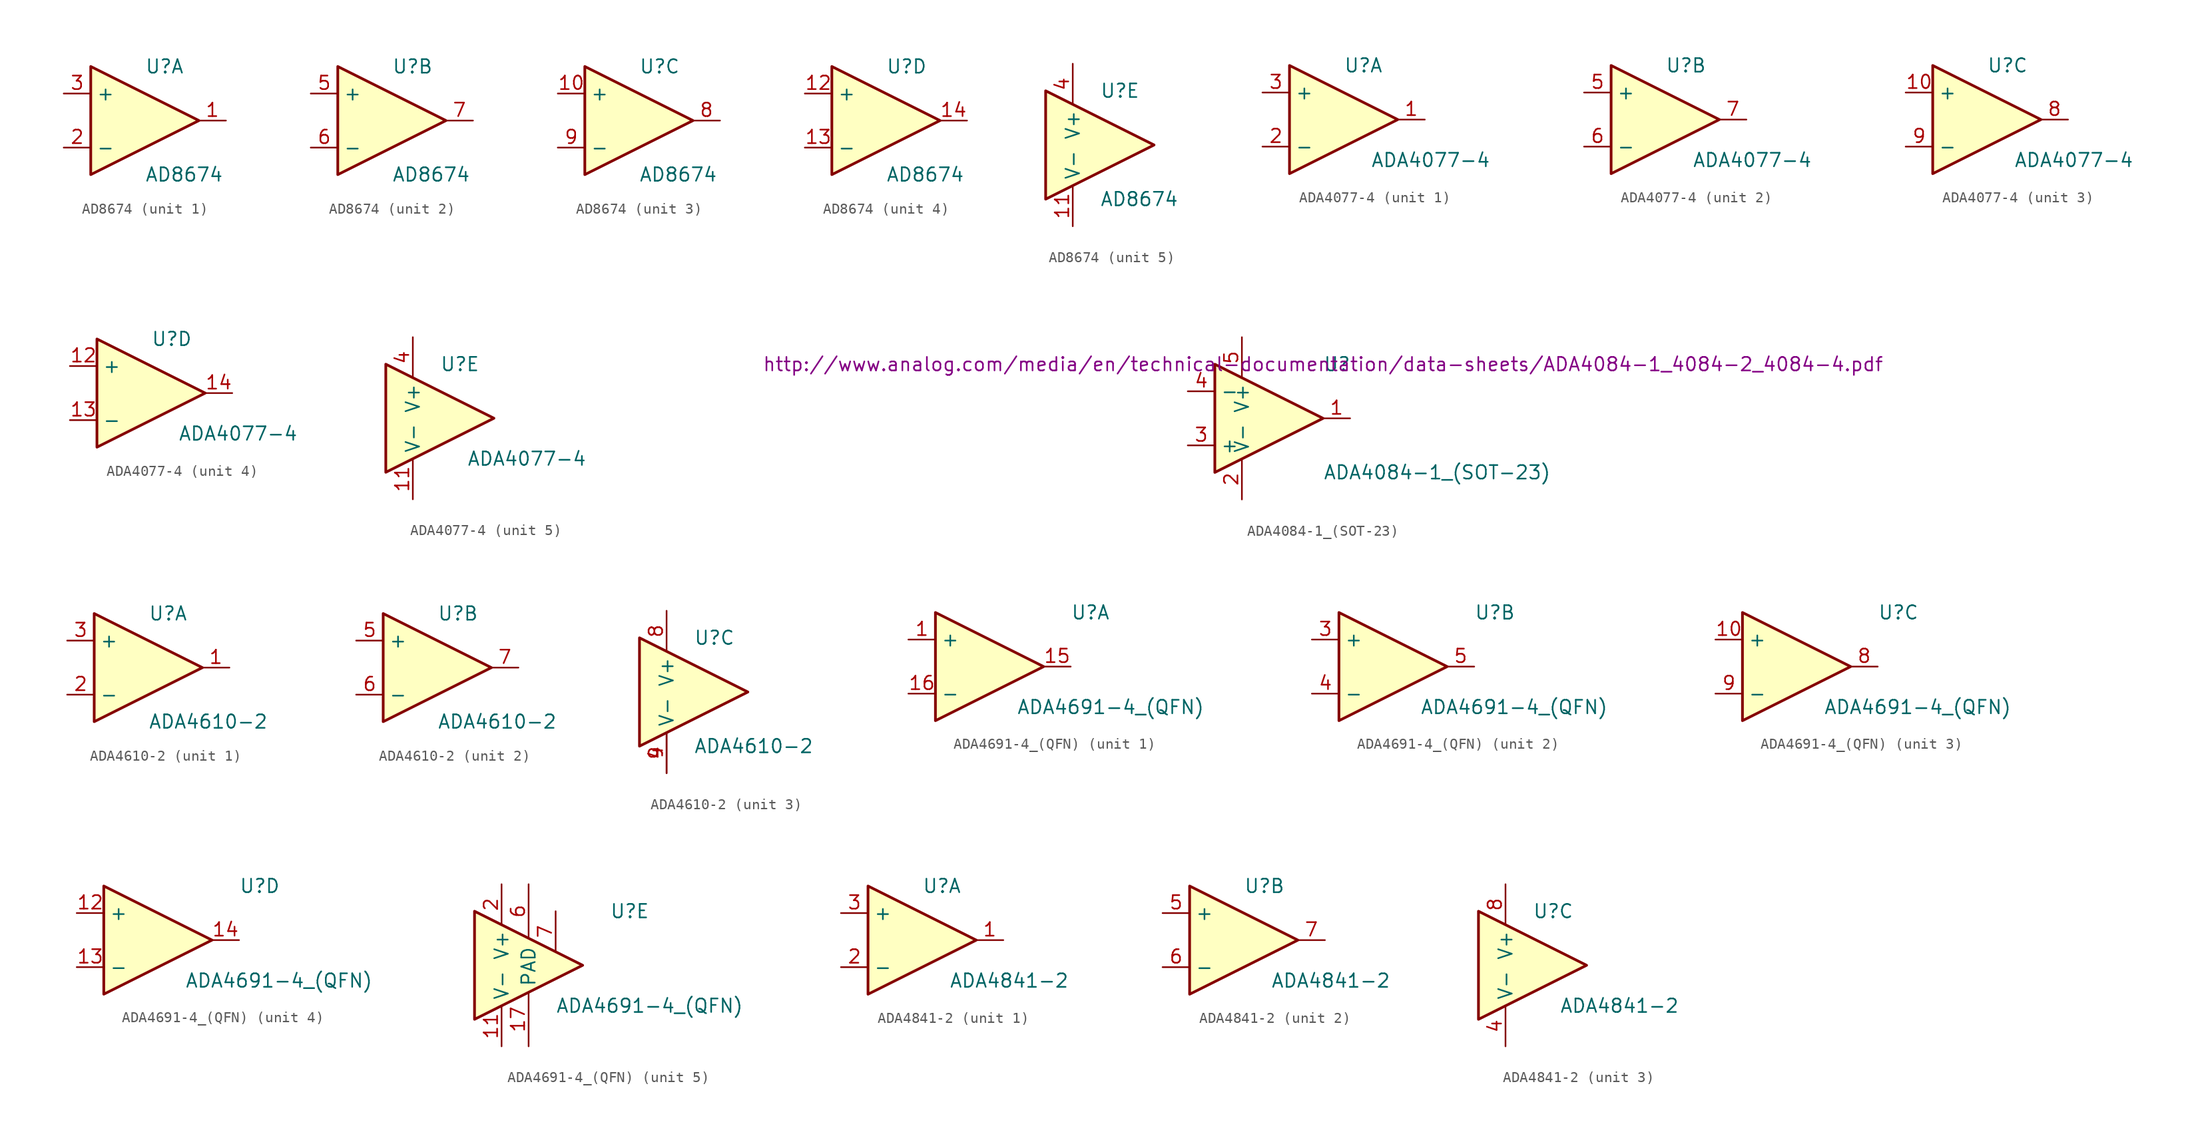
<source format=kicad_sym>
(kicad_symbol_lib
  (version 20231120)
  (generator "kicad_symbol_editor")
  (generator_version "8.0")
  (symbol "AD8674"
    (property "Reference" "U"
      (at 0 5.08 0)
      (effects (font (size 1.27 1.27)) (justify left)))
    (property "Value" "AD8674"
      (at 0 -5.08 0)
      (effects (font (size 1.27 1.27)) (justify left)))
    (property "Footprint" ""
      (at -2.54 2.54 0)
      (effects (font (size 1.27 1.27))))
    (property "Datasheet" ""
      (at 0 5.08 0)
      (effects (font (size 1.27 1.27))))
    (property "ki_locked" ""
      (at 0 0 0)
      (effects (font (size 1.27 1.27))))
    (symbol "AD8674_0_1"
      (polyline (pts (xy -5.08 5.08) (xy 5.08 0) (xy -5.08 -5.08) (xy -5.08 5.08)) (stroke (width 0.254) (type solid)) (fill (type background))))
    (symbol "AD8674_1_1"
      (pin output line (at 7.62 0 180) (length 2.54) (name "~" (effects (font (size 1.27 1.27)))) (number "1" (effects (font (size 1.27 1.27)))))
      (pin input line (at -7.62 -2.54 0) (length 2.54) (name "-" (effects (font (size 1.27 1.27)))) (number "2" (effects (font (size 1.27 1.27)))))
      (pin input line (at -7.62 2.54 0) (length 2.54) (name "+" (effects (font (size 1.27 1.27)))) (number "3" (effects (font (size 1.27 1.27))))))
    (symbol "AD8674_2_1"
      (pin input line (at -7.62 2.54 0) (length 2.54) (name "+" (effects (font (size 1.27 1.27)))) (number "5" (effects (font (size 1.27 1.27)))))
      (pin input line (at -7.62 -2.54 0) (length 2.54) (name "-" (effects (font (size 1.27 1.27)))) (number "6" (effects (font (size 1.27 1.27)))))
      (pin output line (at 7.62 0 180) (length 2.54) (name "~" (effects (font (size 1.27 1.27)))) (number "7" (effects (font (size 1.27 1.27))))))
    (symbol "AD8674_3_1"
      (pin input line (at -7.62 2.54 0) (length 2.54) (name "+" (effects (font (size 1.27 1.27)))) (number "10" (effects (font (size 1.27 1.27)))))
      (pin output line (at 7.62 0 180) (length 2.54) (name "~" (effects (font (size 1.27 1.27)))) (number "8" (effects (font (size 1.27 1.27)))))
      (pin input line (at -7.62 -2.54 0) (length 2.54) (name "-" (effects (font (size 1.27 1.27)))) (number "9" (effects (font (size 1.27 1.27))))))
    (symbol "AD8674_4_1"
      (pin input line (at -7.62 2.54 0) (length 2.54) (name "+" (effects (font (size 1.27 1.27)))) (number "12" (effects (font (size 1.27 1.27)))))
      (pin input line (at -7.62 -2.54 0) (length 2.54) (name "-" (effects (font (size 1.27 1.27)))) (number "13" (effects (font (size 1.27 1.27)))))
      (pin output line (at 7.62 0 180) (length 2.54) (name "~" (effects (font (size 1.27 1.27)))) (number "14" (effects (font (size 1.27 1.27))))))
    (symbol "AD8674_5_1"
      (pin power_in line (at -2.54 -7.62 90) (length 3.81) (name "V-" (effects (font (size 1.27 1.27)))) (number "11" (effects (font (size 1.27 1.27)))))
      (pin power_in line (at -2.54 7.62 270) (length 3.81) (name "V+" (effects (font (size 1.27 1.27)))) (number "4" (effects (font (size 1.27 1.27)))))))
  (symbol "ADA4077-4"
    (property "Reference" "U"
      (at 0 5.08 0)
      (effects (font (size 1.27 1.27)) (justify left)))
    (property "Value" "ADA4077-4"
      (at 2.54 -3.81 0)
      (effects (font (size 1.27 1.27)) (justify left)))
    (property "Footprint" ""
      (at 0 0 0)
      (effects (font (size 1.27 1.27))))
    (property "Datasheet" ""
      (at 0 0 0)
      (effects (font (size 1.27 1.27))))
    (symbol "ADA4077-4_0_1"
      (polyline (pts (xy -5.08 5.08) (xy 5.08 0) (xy -5.08 -5.08) (xy -5.08 5.08)) (stroke (width 0.254) (type solid)) (fill (type background))))
    (symbol "ADA4077-4_1_1"
      (pin output line (at 7.62 0 180) (length 2.54) (name "~" (effects (font (size 1.27 1.27)))) (number "1" (effects (font (size 1.27 1.27)))))
      (pin input line (at -7.62 -2.54 0) (length 2.54) (name "-" (effects (font (size 1.27 1.27)))) (number "2" (effects (font (size 1.27 1.27)))))
      (pin input line (at -7.62 2.54 0) (length 2.54) (name "+" (effects (font (size 1.27 1.27)))) (number "3" (effects (font (size 1.27 1.27))))))
    (symbol "ADA4077-4_2_1"
      (pin input line (at -7.62 2.54 0) (length 2.54) (name "+" (effects (font (size 1.27 1.27)))) (number "5" (effects (font (size 1.27 1.27)))))
      (pin input line (at -7.62 -2.54 0) (length 2.54) (name "-" (effects (font (size 1.27 1.27)))) (number "6" (effects (font (size 1.27 1.27)))))
      (pin output line (at 7.62 0 180) (length 2.54) (name "~" (effects (font (size 1.27 1.27)))) (number "7" (effects (font (size 1.27 1.27))))))
    (symbol "ADA4077-4_3_1"
      (pin input line (at -7.62 2.54 0) (length 2.54) (name "+" (effects (font (size 1.27 1.27)))) (number "10" (effects (font (size 1.27 1.27)))))
      (pin output line (at 7.62 0 180) (length 2.54) (name "~" (effects (font (size 1.27 1.27)))) (number "8" (effects (font (size 1.27 1.27)))))
      (pin input line (at -7.62 -2.54 0) (length 2.54) (name "-" (effects (font (size 1.27 1.27)))) (number "9" (effects (font (size 1.27 1.27))))))
    (symbol "ADA4077-4_4_1"
      (pin input line (at -7.62 2.54 0) (length 2.54) (name "+" (effects (font (size 1.27 1.27)))) (number "12" (effects (font (size 1.27 1.27)))))
      (pin input line (at -7.62 -2.54 0) (length 2.54) (name "-" (effects (font (size 1.27 1.27)))) (number "13" (effects (font (size 1.27 1.27)))))
      (pin output line (at 7.62 0 180) (length 2.54) (name "~" (effects (font (size 1.27 1.27)))) (number "14" (effects (font (size 1.27 1.27))))))
    (symbol "ADA4077-4_5_1"
      (pin power_in line (at -2.54 -7.62 90) (length 3.81) (name "V-" (effects (font (size 1.27 1.27)))) (number "11" (effects (font (size 1.27 1.27)))))
      (pin power_in line (at -2.54 7.62 270) (length 3.81) (name "V+" (effects (font (size 1.27 1.27)))) (number "4" (effects (font (size 1.27 1.27)))))))
  (symbol "ADA4084-1_(SOT-23)"
    (property "Reference" "U"
      (at 5.08 5.08 0)
      (effects (font (size 1.27 1.27)) (justify left)))
    (property "Value" "ADA4084-1_(SOT-23)"
      (at 5.08 -5.08 0)
      (effects (font (size 1.27 1.27)) (justify left)))
    (property "Datasheet" "http://www.analog.com/media/en/technical-documentation/data-sheets/ADA4084-1_4084-2_4084-4.pdf"
      (at 5.08 5.08 0)
      (effects (font (size 1.27 1.27))))
    (symbol "ADA4084-1_(SOT-23)_0_1"
      (polyline (pts (xy -5.08 5.08) (xy 5.08 0) (xy -5.08 -5.08) (xy -5.08 5.08)) (stroke (width 0.254) (type solid)) (fill (type background)))
      (pin power_in line (at -2.54 -7.62 90) (length 3.81) (name "V-" (effects (font (size 1.27 1.27)))) (number "2" (effects (font (size 1.27 1.27)))))
      (pin power_in line (at -2.54 7.62 270) (length 3.81) (name "V+" (effects (font (size 1.27 1.27)))) (number "5" (effects (font (size 1.27 1.27))))))
    (symbol "ADA4084-1_(SOT-23)_1_1"
      (pin output line (at 7.62 0 180) (length 2.54) (name "~" (effects (font (size 1.27 1.27)))) (number "1" (effects (font (size 1.27 1.27)))))
      (pin input line (at -7.62 -2.54 0) (length 2.54) (name "+" (effects (font (size 1.27 1.27)))) (number "3" (effects (font (size 1.27 1.27)))))
      (pin input line (at -7.62 2.54 0) (length 2.54) (name "-" (effects (font (size 1.27 1.27)))) (number "4" (effects (font (size 1.27 1.27)))))))
  (symbol "ADA4610-2"
    (property "Reference" "U"
      (at 0 5.08 0)
      (effects (font (size 1.27 1.27)) (justify left)))
    (property "Value" "ADA4610-2"
      (at 0 -5.08 0)
      (effects (font (size 1.27 1.27)) (justify left)))
    (property "Datasheet" ""
      (at 0 0 0)
      (effects (font (size 1.27 1.27))))
    (property "ki_locked" ""
      (at 0 0 0)
      (effects (font (size 1.27 1.27))))
    (symbol "ADA4610-2_0_1"
      (polyline (pts (xy -5.08 5.08) (xy 5.08 0) (xy -5.08 -5.08) (xy -5.08 5.08)) (stroke (width 0.254) (type solid)) (fill (type background))))
    (symbol "ADA4610-2_1_1"
      (pin output line (at 7.62 0 180) (length 2.54) (name "~" (effects (font (size 1.27 1.27)))) (number "1" (effects (font (size 1.27 1.27)))))
      (pin input line (at -7.62 -2.54 0) (length 2.54) (name "-" (effects (font (size 1.27 1.27)))) (number "2" (effects (font (size 1.27 1.27)))))
      (pin input line (at -7.62 2.54 0) (length 2.54) (name "+" (effects (font (size 1.27 1.27)))) (number "3" (effects (font (size 1.27 1.27))))))
    (symbol "ADA4610-2_2_1"
      (pin input line (at -7.62 2.54 0) (length 2.54) (name "+" (effects (font (size 1.27 1.27)))) (number "5" (effects (font (size 1.27 1.27)))))
      (pin input line (at -7.62 -2.54 0) (length 2.54) (name "-" (effects (font (size 1.27 1.27)))) (number "6" (effects (font (size 1.27 1.27)))))
      (pin output line (at 7.62 0 180) (length 2.54) (name "~" (effects (font (size 1.27 1.27)))) (number "7" (effects (font (size 1.27 1.27))))))
    (symbol "ADA4610-2_3_1"
      (pin power_in line (at -2.54 -7.62 90) (length 3.81) (name "V-" (effects (font (size 1.27 1.27)))) (number "4" (effects (font (size 1.27 1.27)))))
      (pin power_in line (at -2.54 7.62 270) (length 3.81) (name "V+" (effects (font (size 1.27 1.27)))) (number "8" (effects (font (size 1.27 1.27)))))
      (pin power_in line (at -2.54 -7.62 90) (length 3.81) (name "~" (effects (font (size 1.27 1.27)))) (number "9" (effects (font (size 1.27 1.27)))))))
  (symbol "ADA4691-4_(QFN)"
    (property "Reference" "U"
      (at 7.62 5.08 0)
      (effects (font (size 1.27 1.27)) (justify left)))
    (property "Value" "ADA4691-4_(QFN)"
      (at 2.54 -3.81 0)
      (effects (font (size 1.27 1.27)) (justify left)))
    (property "ki_locked" ""
      (at 0 0 0)
      (effects (font (size 1.27 1.27))))
    (symbol "ADA4691-4_(QFN)_0_1"
      (polyline (pts (xy -5.08 5.08) (xy 5.08 0) (xy -5.08 -5.08) (xy -5.08 5.08)) (stroke (width 0.254) (type solid)) (fill (type background))))
    (symbol "ADA4691-4_(QFN)_1_1"
      (pin input line (at -7.62 2.54 0) (length 2.54) (name "+" (effects (font (size 1.27 1.27)))) (number "1" (effects (font (size 1.27 1.27)))))
      (pin output line (at 7.62 0 180) (length 2.54) (name "~" (effects (font (size 1.27 1.27)))) (number "15" (effects (font (size 1.27 1.27)))))
      (pin input line (at -7.62 -2.54 0) (length 2.54) (name "-" (effects (font (size 1.27 1.27)))) (number "16" (effects (font (size 1.27 1.27))))))
    (symbol "ADA4691-4_(QFN)_2_1"
      (pin input line (at -7.62 2.54 0) (length 2.54) (name "+" (effects (font (size 1.27 1.27)))) (number "3" (effects (font (size 1.27 1.27)))))
      (pin input line (at -7.62 -2.54 0) (length 2.54) (name "-" (effects (font (size 1.27 1.27)))) (number "4" (effects (font (size 1.27 1.27)))))
      (pin output line (at 7.62 0 180) (length 2.54) (name "~" (effects (font (size 1.27 1.27)))) (number "5" (effects (font (size 1.27 1.27))))))
    (symbol "ADA4691-4_(QFN)_3_1"
      (pin input line (at -7.62 2.54 0) (length 2.54) (name "+" (effects (font (size 1.27 1.27)))) (number "10" (effects (font (size 1.27 1.27)))))
      (pin output line (at 7.62 0 180) (length 2.54) (name "~" (effects (font (size 1.27 1.27)))) (number "8" (effects (font (size 1.27 1.27)))))
      (pin input line (at -7.62 -2.54 0) (length 2.54) (name "-" (effects (font (size 1.27 1.27)))) (number "9" (effects (font (size 1.27 1.27))))))
    (symbol "ADA4691-4_(QFN)_4_1"
      (pin input line (at -7.62 2.54 0) (length 2.54) (name "+" (effects (font (size 1.27 1.27)))) (number "12" (effects (font (size 1.27 1.27)))))
      (pin input line (at -7.62 -2.54 0) (length 2.54) (name "-" (effects (font (size 1.27 1.27)))) (number "13" (effects (font (size 1.27 1.27)))))
      (pin output line (at 7.62 0 180) (length 2.54) (name "~" (effects (font (size 1.27 1.27)))) (number "14" (effects (font (size 1.27 1.27))))))
    (symbol "ADA4691-4_(QFN)_5_1"
      (pin power_in line (at -2.54 -7.62 90) (length 3.81) (name "V-" (effects (font (size 1.27 1.27)))) (number "11" (effects (font (size 1.27 1.27)))))
      (pin input line (at 0 -7.62 90) (length 5.08) (name "PAD" (effects (font (size 1.27 1.27)))) (number "17" (effects (font (size 1.27 1.27)))))
      (pin power_in line (at -2.54 7.62 270) (length 3.81) (name "V+" (effects (font (size 1.27 1.27)))) (number "2" (effects (font (size 1.27 1.27)))))
      (pin input line (at 0 7.62 270) (length 5.08) (name "~" (effects (font (size 1.27 1.27)))) (number "6" (effects (font (size 1.27 1.27)))))
      (pin input line (at 2.54 5.08 270) (length 3.81) (name "~" (effects (font (size 1.27 1.27)))) (number "7" (effects (font (size 1.27 1.27)))))))
  (symbol "ADA4841-2"
    (property "Reference" "U"
      (at 0 5.08 0)
      (effects (font (size 1.27 1.27)) (justify left)))
    (property "Value" "ADA4841-2"
      (at 2.54 -3.81 0)
      (effects (font (size 1.27 1.27)) (justify left)))
    (property "Footprint" ""
      (at 0 0 0)
      (effects (font (size 1.27 1.27))))
    (property "Datasheet" ""
      (at 0 0 0)
      (effects (font (size 1.27 1.27))))
    (symbol "ADA4841-2_0_1"
      (polyline (pts (xy -5.08 5.08) (xy 5.08 0) (xy -5.08 -5.08) (xy -5.08 5.08)) (stroke (width 0.254) (type solid)) (fill (type background))))
    (symbol "ADA4841-2_1_1"
      (pin output line (at 7.62 0 180) (length 2.54) (name "~" (effects (font (size 1.27 1.27)))) (number "1" (effects (font (size 1.27 1.27)))))
      (pin input line (at -7.62 -2.54 0) (length 2.54) (name "-" (effects (font (size 1.27 1.27)))) (number "2" (effects (font (size 1.27 1.27)))))
      (pin input line (at -7.62 2.54 0) (length 2.54) (name "+" (effects (font (size 1.27 1.27)))) (number "3" (effects (font (size 1.27 1.27))))))
    (symbol "ADA4841-2_2_1"
      (pin input line (at -7.62 2.54 0) (length 2.54) (name "+" (effects (font (size 1.27 1.27)))) (number "5" (effects (font (size 1.27 1.27)))))
      (pin input line (at -7.62 -2.54 0) (length 2.54) (name "-" (effects (font (size 1.27 1.27)))) (number "6" (effects (font (size 1.27 1.27)))))
      (pin output line (at 7.62 0 180) (length 2.54) (name "~" (effects (font (size 1.27 1.27)))) (number "7" (effects (font (size 1.27 1.27))))))
    (symbol "ADA4841-2_3_1"
      (pin power_in line (at -2.54 -7.62 90) (length 3.81) (name "V-" (effects (font (size 1.27 1.27)))) (number "4" (effects (font (size 1.27 1.27)))))
      (pin power_in line (at -2.54 7.62 270) (length 3.81) (name "V+" (effects (font (size 1.27 1.27)))) (number "8" (effects (font (size 1.27 1.27))))))))
</source>
